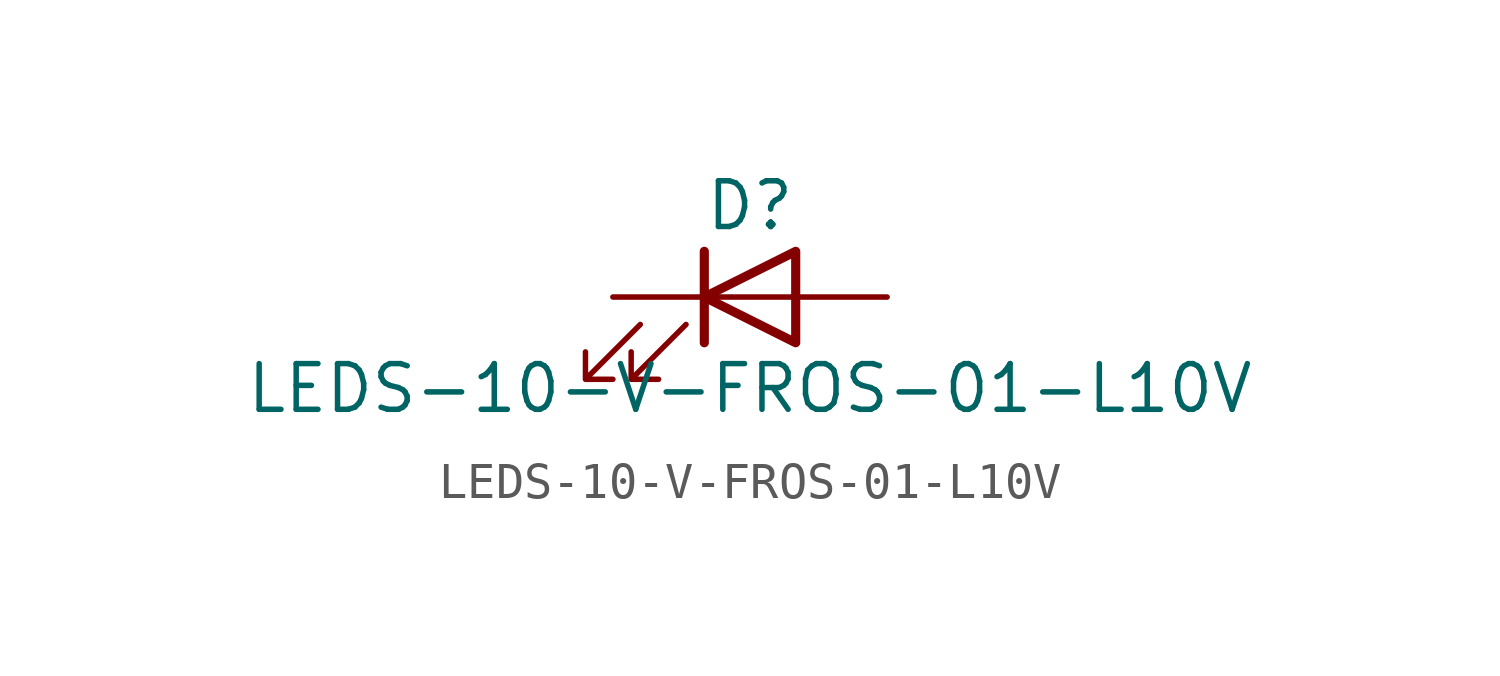
<source format=kicad_sym>
(kicad_symbol_lib
  (version 20211014)
  (generator kicad_symbol_editor)
  (symbol "LEDS-10-V-FROS-01-L10V"
    (pin_numbers hide)
    (pin_names
      (offset 1.016) hide)
    (property "Reference" "D"
      (at 0 2.54 0)
      (effects (font (size 1.27 1.27))))
    (property "Value" "LEDS-10-V-FROS-01-L10V"
      (at 0 -2.54 0)
      (effects (font (size 1.27 1.27))))
    (symbol "LEDS-10-V-FROS-01-L10V_0_1"
      (polyline (pts (xy -1.27 -1.27) (xy -1.27 1.27)) (stroke (width 0.254) (type default) (color 0 0 0 0)) (fill (type none)))
      (polyline (pts (xy -1.27 0) (xy 1.27 0)) (stroke (width 0) (type default) (color 0 0 0 0)) (fill (type none)))
      (polyline (pts (xy 1.27 -1.27) (xy 1.27 1.27) (xy -1.27 0) (xy 1.27 -1.27)) (stroke (width 0.254) (type default) (color 0 0 0 0)) (fill (type none)))
      (polyline (pts (xy -3.048 -0.762) (xy -4.572 -2.286) (xy -3.81 -2.286) (xy -4.572 -2.286) (xy -4.572 -1.524)) (stroke (width 0) (type default) (color 0 0 0 0)) (fill (type none)))
      (polyline (pts (xy -1.778 -0.762) (xy -3.302 -2.286) (xy -2.54 -2.286) (xy -3.302 -2.286) (xy -3.302 -1.524)) (stroke (width 0) (type default) (color 0 0 0 0)) (fill (type none))))
    (symbol "LEDS-10-V-FROS-01-L10V_1_1"
      (pin passive line (at -3.81 0 0) (length 2.54) (name "K" (effects (font (size 1.27 1.27)))) (number "1" (effects (font (size 1.27 1.27)))))
      (pin passive line (at 3.81 0 180) (length 2.54) (name "A" (effects (font (size 1.27 1.27)))) (number "2" (effects (font (size 1.27 1.27))))))))
</source>
